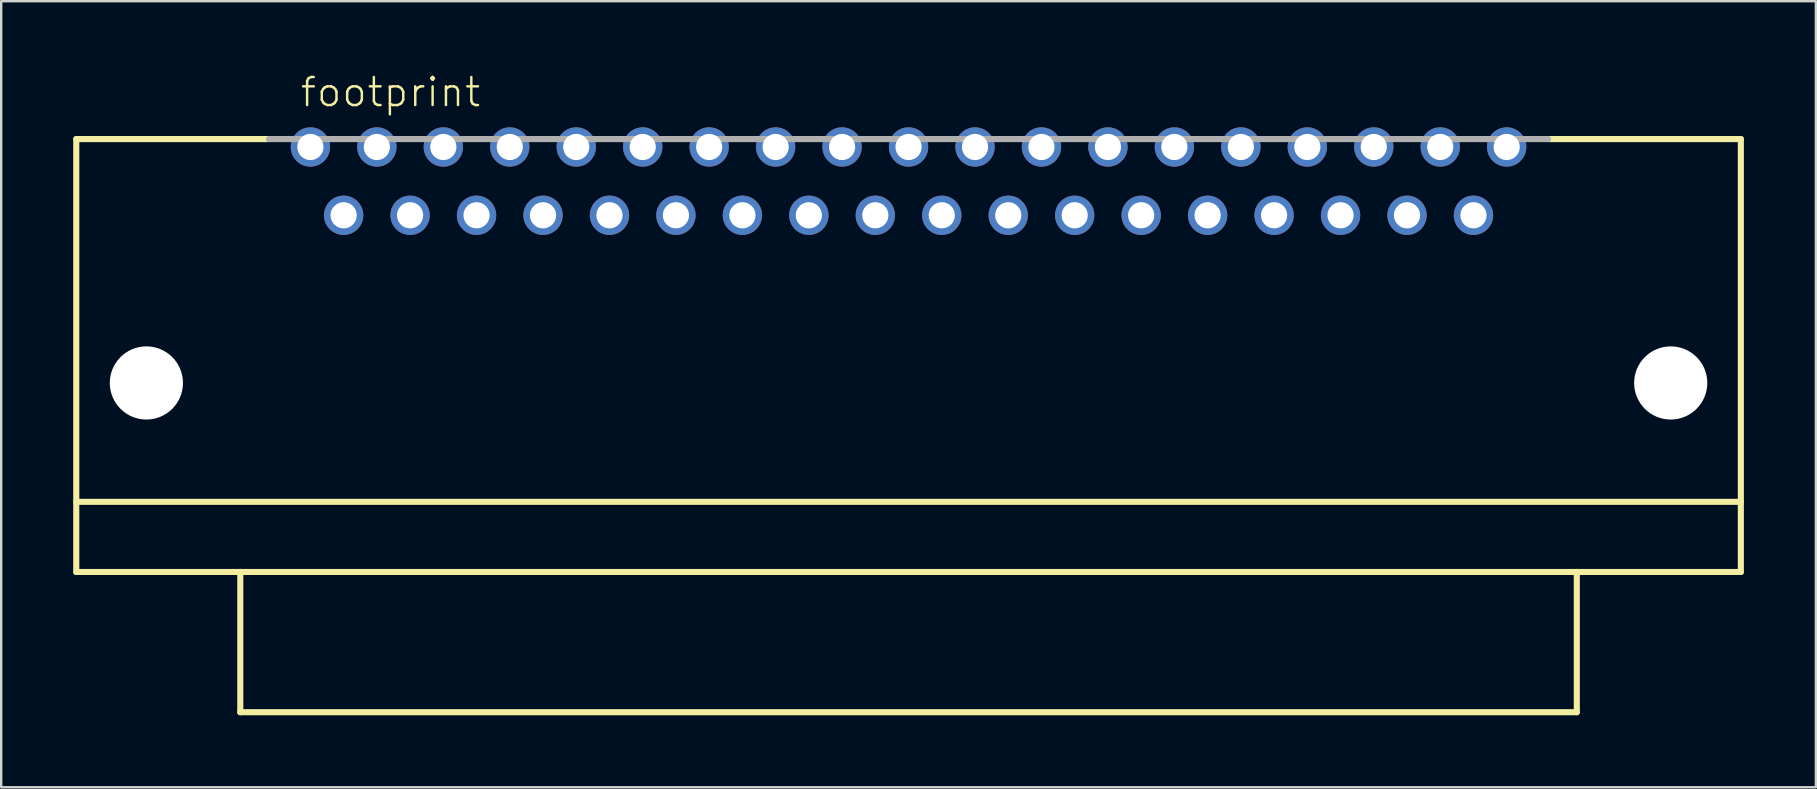
<source format=kicad_pcb>
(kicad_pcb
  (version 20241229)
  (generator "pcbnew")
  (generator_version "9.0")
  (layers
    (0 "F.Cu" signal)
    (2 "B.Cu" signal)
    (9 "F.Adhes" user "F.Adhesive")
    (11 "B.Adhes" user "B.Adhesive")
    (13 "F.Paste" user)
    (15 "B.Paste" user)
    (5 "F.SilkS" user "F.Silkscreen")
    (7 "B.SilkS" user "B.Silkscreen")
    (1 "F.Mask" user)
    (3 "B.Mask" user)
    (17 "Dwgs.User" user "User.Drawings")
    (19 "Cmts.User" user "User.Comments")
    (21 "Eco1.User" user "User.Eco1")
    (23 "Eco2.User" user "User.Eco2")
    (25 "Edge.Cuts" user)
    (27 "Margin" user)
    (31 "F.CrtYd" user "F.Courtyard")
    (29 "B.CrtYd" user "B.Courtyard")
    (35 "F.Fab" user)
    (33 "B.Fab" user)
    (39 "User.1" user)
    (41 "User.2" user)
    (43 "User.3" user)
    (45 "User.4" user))
  (footprint "footprint"
    (layer "F.Cu")
    (at 34.798 10.998)
    (property "Reference" "footprint" (at -25.4 -9.525 0) (layer "F.SilkS") (effects (font (size 1.168 1.168) (thickness 0.102)) (justify left bottom)))
    (fp_line (start -34.671 -8.255) (end -26.67 -8.255) (stroke (width 0.254) (type solid)) (layer "F.SilkS"))
    (fp_line (start -34.671 6.858) (end 34.671 6.858) (stroke (width 0.254) (type solid)) (layer "F.SilkS"))
    (fp_line (start -34.671 9.779) (end -34.671 -8.255) (stroke (width 0.254) (type solid)) (layer "F.SilkS"))
    (fp_line (start -27.838 9.779) (end -34.671 9.779) (stroke (width 0.254) (type solid)) (layer "F.SilkS"))
    (fp_line (start -27.838 9.779) (end 27.838 9.779) (stroke (width 0.254) (type solid)) (layer "F.SilkS"))
    (fp_line (start -27.838 15.621) (end -27.838 9.779) (stroke (width 0.254) (type solid)) (layer "F.SilkS"))
    (fp_line (start 27.838 9.779) (end 27.838 15.621) (stroke (width 0.254) (type solid)) (layer "F.SilkS"))
    (fp_line (start 27.838 15.621) (end -27.838 15.621) (stroke (width 0.254) (type solid)) (layer "F.SilkS"))
    (fp_line (start 34.671 -8.255) (end 26.67 -8.255) (stroke (width 0.254) (type solid)) (layer "F.SilkS"))
    (fp_line (start 34.671 -8.255) (end 34.671 9.779) (stroke (width 0.254) (type solid)) (layer "F.SilkS"))
    (fp_line (start 34.671 9.779) (end 27.838 9.779) (stroke (width 0.254) (type solid)) (layer "F.SilkS"))
    (fp_line (start -26.645 -8.255) (end 26.645 -8.255) (stroke (width 0.254) (type solid)) (layer "F.Fab"))
    (pad "" np_thru_hole circle (at -31.75 1.905) (size 3.048 3.048) (drill 3.048) (layers "*.Cu" "*.Mask"))
    (pad "" np_thru_hole circle (at 31.75 1.905) (size 3.048 3.048) (drill 3.048) (layers "*.Cu" "*.Mask"))
    (pad "1" thru_hole circle (at -24.917 -7.925) (size 1.638 1.638) (drill 1.092) (layers "*.Cu" "*.Mask"))
    (pad "2" thru_hole circle (at -22.149 -7.925) (size 1.638 1.638) (drill 1.092) (layers "*.Cu" "*.Mask"))
    (pad "3" thru_hole circle (at -19.38 -7.925) (size 1.638 1.638) (drill 1.092) (layers "*.Cu" "*.Mask"))
    (pad "4" thru_hole circle (at -16.612 -7.925) (size 1.638 1.638) (drill 1.092) (layers "*.Cu" "*.Mask"))
    (pad "5" thru_hole circle (at -13.843 -7.925) (size 1.638 1.638) (drill 1.092) (layers "*.Cu" "*.Mask"))
    (pad "6" thru_hole circle (at -11.074 -7.925) (size 1.638 1.638) (drill 1.092) (layers "*.Cu" "*.Mask"))
    (pad "7" thru_hole circle (at -8.306 -7.925) (size 1.638 1.638) (drill 1.092) (layers "*.Cu" "*.Mask"))
    (pad "8" thru_hole circle (at -5.537 -7.925) (size 1.638 1.638) (drill 1.092) (layers "*.Cu" "*.Mask"))
    (pad "9" thru_hole circle (at -2.769 -7.925) (size 1.638 1.638) (drill 1.092) (layers "*.Cu" "*.Mask"))
    (pad "10" thru_hole circle (at 0 -7.925) (size 1.638 1.638) (drill 1.092) (layers "*.Cu" "*.Mask"))
    (pad "11" thru_hole circle (at 2.769 -7.925) (size 1.638 1.638) (drill 1.092) (layers "*.Cu" "*.Mask"))
    (pad "12" thru_hole circle (at 5.537 -7.925) (size 1.638 1.638) (drill 1.092) (layers "*.Cu" "*.Mask"))
    (pad "13" thru_hole circle (at 8.306 -7.925) (size 1.638 1.638) (drill 1.092) (layers "*.Cu" "*.Mask"))
    (pad "14" thru_hole circle (at 11.074 -7.925) (size 1.638 1.638) (drill 1.092) (layers "*.Cu" "*.Mask"))
    (pad "15" thru_hole circle (at 13.843 -7.925) (size 1.638 1.638) (drill 1.092) (layers "*.Cu" "*.Mask"))
    (pad "16" thru_hole circle (at 16.612 -7.925) (size 1.638 1.638) (drill 1.092) (layers "*.Cu" "*.Mask"))
    (pad "17" thru_hole circle (at 19.38 -7.925) (size 1.638 1.638) (drill 1.092) (layers "*.Cu" "*.Mask"))
    (pad "18" thru_hole circle (at 22.149 -7.925) (size 1.638 1.638) (drill 1.092) (layers "*.Cu" "*.Mask"))
    (pad "19" thru_hole circle (at 24.917 -7.925) (size 1.638 1.638) (drill 1.092) (layers "*.Cu" "*.Mask"))
    (pad "20" thru_hole circle (at -23.533 -5.08) (size 1.638 1.638) (drill 1.092) (layers "*.Cu" "*.Mask"))
    (pad "21" thru_hole circle (at -20.765 -5.08) (size 1.638 1.638) (drill 1.092) (layers "*.Cu" "*.Mask"))
    (pad "22" thru_hole circle (at -17.996 -5.08) (size 1.638 1.638) (drill 1.092) (layers "*.Cu" "*.Mask"))
    (pad "23" thru_hole circle (at -15.227 -5.08) (size 1.638 1.638) (drill 1.092) (layers "*.Cu" "*.Mask"))
    (pad "24" thru_hole circle (at -12.459 -5.08) (size 1.638 1.638) (drill 1.092) (layers "*.Cu" "*.Mask"))
    (pad "25" thru_hole circle (at -9.69 -5.08) (size 1.638 1.638) (drill 1.092) (layers "*.Cu" "*.Mask"))
    (pad "26" thru_hole circle (at -6.921 -5.08) (size 1.638 1.638) (drill 1.092) (layers "*.Cu" "*.Mask"))
    (pad "27" thru_hole circle (at -4.153 -5.08) (size 1.638 1.638) (drill 1.092) (layers "*.Cu" "*.Mask"))
    (pad "28" thru_hole circle (at -1.384 -5.08) (size 1.638 1.638) (drill 1.092) (layers "*.Cu" "*.Mask"))
    (pad "29" thru_hole circle (at 1.384 -5.08) (size 1.638 1.638) (drill 1.092) (layers "*.Cu" "*.Mask"))
    (pad "30" thru_hole circle (at 4.153 -5.08) (size 1.638 1.638) (drill 1.092) (layers "*.Cu" "*.Mask"))
    (pad "31" thru_hole circle (at 6.921 -5.08) (size 1.638 1.638) (drill 1.092) (layers "*.Cu" "*.Mask"))
    (pad "32" thru_hole circle (at 9.69 -5.08) (size 1.638 1.638) (drill 1.092) (layers "*.Cu" "*.Mask"))
    (pad "33" thru_hole circle (at 12.459 -5.08) (size 1.638 1.638) (drill 1.092) (layers "*.Cu" "*.Mask"))
    (pad "34" thru_hole circle (at 15.227 -5.08) (size 1.638 1.638) (drill 1.092) (layers "*.Cu" "*.Mask"))
    (pad "35" thru_hole circle (at 17.996 -5.08) (size 1.638 1.638) (drill 1.092) (layers "*.Cu" "*.Mask"))
    (pad "36" thru_hole circle (at 20.765 -5.08) (size 1.638 1.638) (drill 1.092) (layers "*.Cu" "*.Mask"))
    (pad "37" thru_hole circle (at 23.533 -5.08) (size 1.638 1.638) (drill 1.092) (layers "*.Cu" "*.Mask")))
  (gr_rect
    (start -3 -3)
    (end 72.596 29.746)
    (stroke (width 0.1) (type default))
    (fill no)
    (layer "Edge.Cuts")))
</source>
